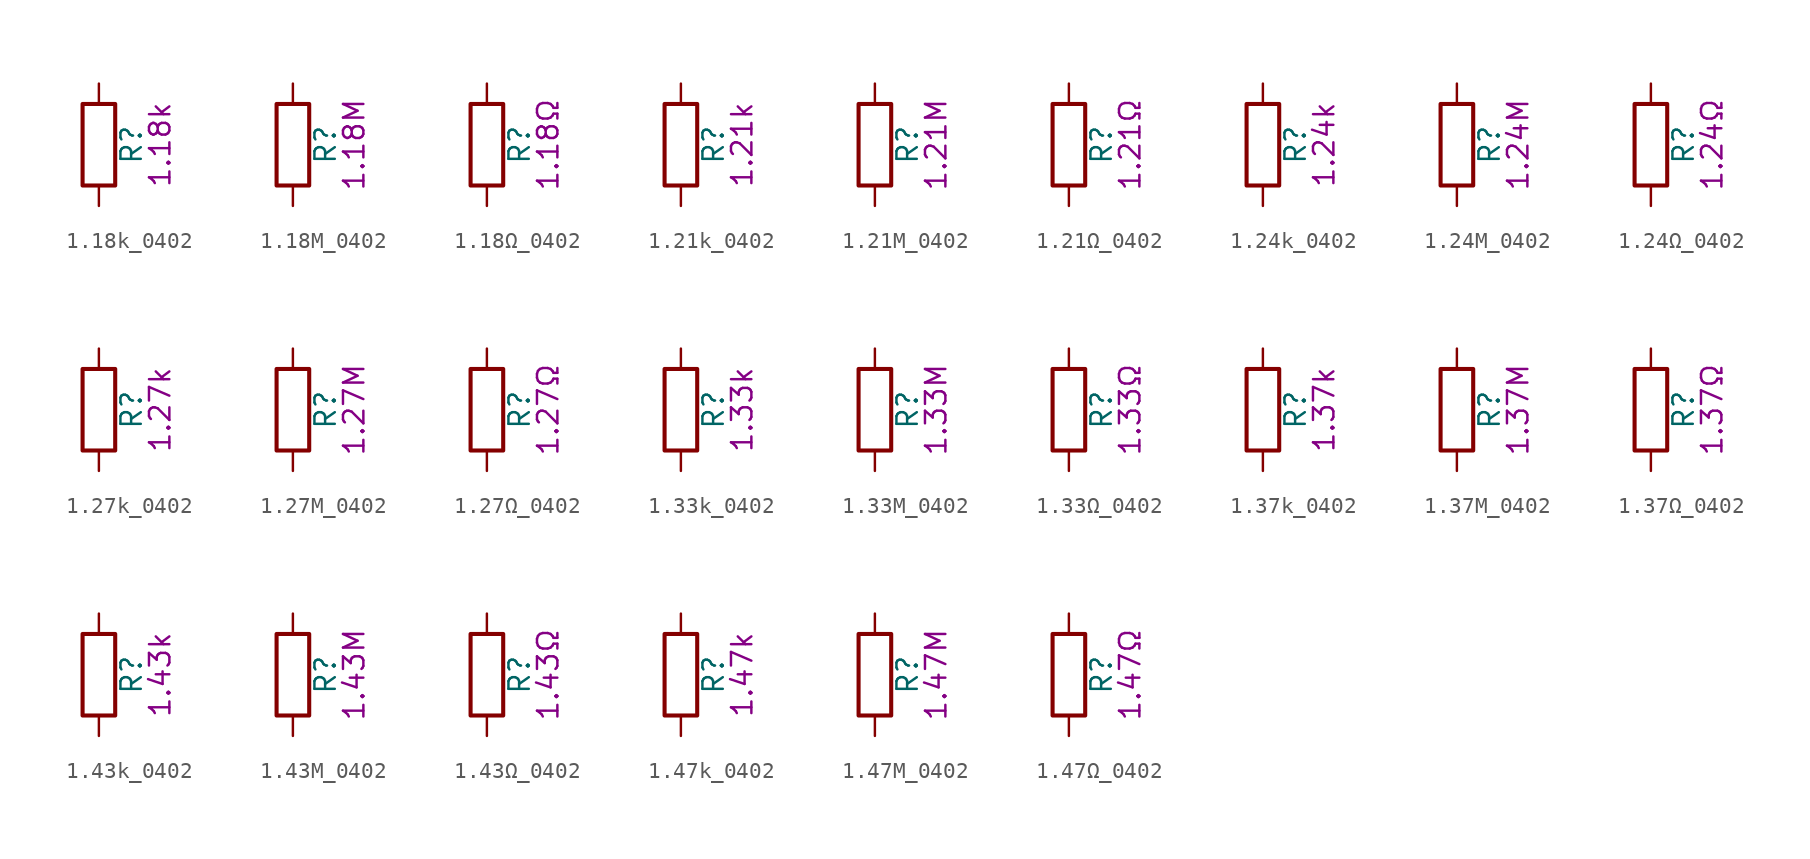
<source format=kicad_sym>
(kicad_symbol_lib
  (version 20211014)
  (generator kicad_symbol_editor)
  (symbol "1.18k_0402"
    (pin_numbers hide)
    (pin_names
      (offset 0))
    (property "Reference" "R"
      (at 2.032 0 90)
      (effects (font (size 1.27 1.27))))
    (property "Display" "1.18k"
      (at 3.81 0 90)
      (effects (font (size 1.27 1.27))))
    (symbol "1.18k_0402_0_1"
      (rectangle (start -1.016 -2.54) (end 1.016 2.54) (stroke (width 0.254) (type default) (color 0 0 0 0)) (fill (type none))))
    (symbol "1.18k_0402_1_1"
      (pin passive line (at 0 3.81 270) (length 1.27) (name "~" (effects (font (size 1.27 1.27)))) (number "1" (effects (font (size 1.27 1.27)))))
      (pin passive line (at 0 -3.81 90) (length 1.27) (name "~" (effects (font (size 1.27 1.27)))) (number "2" (effects (font (size 1.27 1.27)))))))
  (symbol "1.18M_0402"
    (pin_numbers hide)
    (pin_names
      (offset 0))
    (property "Reference" "R"
      (at 2.032 0 90)
      (effects (font (size 1.27 1.27))))
    (property "Display" "1.18M"
      (at 3.81 0 90)
      (effects (font (size 1.27 1.27))))
    (symbol "1.18M_0402_0_1"
      (rectangle (start -1.016 -2.54) (end 1.016 2.54) (stroke (width 0.254) (type default) (color 0 0 0 0)) (fill (type none))))
    (symbol "1.18M_0402_1_1"
      (pin passive line (at 0 3.81 270) (length 1.27) (name "~" (effects (font (size 1.27 1.27)))) (number "1" (effects (font (size 1.27 1.27)))))
      (pin passive line (at 0 -3.81 90) (length 1.27) (name "~" (effects (font (size 1.27 1.27)))) (number "2" (effects (font (size 1.27 1.27)))))))
  (symbol "1.18Ω_0402"
    (pin_numbers hide)
    (pin_names
      (offset 0))
    (property "Reference" "R"
      (at 2.032 0 90)
      (effects (font (size 1.27 1.27))))
    (property "Display" "1.18Ω"
      (at 3.81 0 90)
      (effects (font (size 1.27 1.27))))
    (symbol "1.18Ω_0402_0_1"
      (rectangle (start -1.016 -2.54) (end 1.016 2.54) (stroke (width 0.254) (type default) (color 0 0 0 0)) (fill (type none))))
    (symbol "1.18Ω_0402_1_1"
      (pin passive line (at 0 3.81 270) (length 1.27) (name "~" (effects (font (size 1.27 1.27)))) (number "1" (effects (font (size 1.27 1.27)))))
      (pin passive line (at 0 -3.81 90) (length 1.27) (name "~" (effects (font (size 1.27 1.27)))) (number "2" (effects (font (size 1.27 1.27)))))))
  (symbol "1.21k_0402"
    (pin_numbers hide)
    (pin_names
      (offset 0))
    (property "Reference" "R"
      (at 2.032 0 90)
      (effects (font (size 1.27 1.27))))
    (property "Display" "1.21k"
      (at 3.81 0 90)
      (effects (font (size 1.27 1.27))))
    (symbol "1.21k_0402_0_1"
      (rectangle (start -1.016 -2.54) (end 1.016 2.54) (stroke (width 0.254) (type default) (color 0 0 0 0)) (fill (type none))))
    (symbol "1.21k_0402_1_1"
      (pin passive line (at 0 3.81 270) (length 1.27) (name "~" (effects (font (size 1.27 1.27)))) (number "1" (effects (font (size 1.27 1.27)))))
      (pin passive line (at 0 -3.81 90) (length 1.27) (name "~" (effects (font (size 1.27 1.27)))) (number "2" (effects (font (size 1.27 1.27)))))))
  (symbol "1.21M_0402"
    (pin_numbers hide)
    (pin_names
      (offset 0))
    (property "Reference" "R"
      (at 2.032 0 90)
      (effects (font (size 1.27 1.27))))
    (property "Display" "1.21M"
      (at 3.81 0 90)
      (effects (font (size 1.27 1.27))))
    (symbol "1.21M_0402_0_1"
      (rectangle (start -1.016 -2.54) (end 1.016 2.54) (stroke (width 0.254) (type default) (color 0 0 0 0)) (fill (type none))))
    (symbol "1.21M_0402_1_1"
      (pin passive line (at 0 3.81 270) (length 1.27) (name "~" (effects (font (size 1.27 1.27)))) (number "1" (effects (font (size 1.27 1.27)))))
      (pin passive line (at 0 -3.81 90) (length 1.27) (name "~" (effects (font (size 1.27 1.27)))) (number "2" (effects (font (size 1.27 1.27)))))))
  (symbol "1.21Ω_0402"
    (pin_numbers hide)
    (pin_names
      (offset 0))
    (property "Reference" "R"
      (at 2.032 0 90)
      (effects (font (size 1.27 1.27))))
    (property "Display" "1.21Ω"
      (at 3.81 0 90)
      (effects (font (size 1.27 1.27))))
    (symbol "1.21Ω_0402_0_1"
      (rectangle (start -1.016 -2.54) (end 1.016 2.54) (stroke (width 0.254) (type default) (color 0 0 0 0)) (fill (type none))))
    (symbol "1.21Ω_0402_1_1"
      (pin passive line (at 0 3.81 270) (length 1.27) (name "~" (effects (font (size 1.27 1.27)))) (number "1" (effects (font (size 1.27 1.27)))))
      (pin passive line (at 0 -3.81 90) (length 1.27) (name "~" (effects (font (size 1.27 1.27)))) (number "2" (effects (font (size 1.27 1.27)))))))
  (symbol "1.24k_0402"
    (pin_numbers hide)
    (pin_names
      (offset 0))
    (property "Reference" "R"
      (at 2.032 0 90)
      (effects (font (size 1.27 1.27))))
    (property "Display" "1.24k"
      (at 3.81 0 90)
      (effects (font (size 1.27 1.27))))
    (symbol "1.24k_0402_0_1"
      (rectangle (start -1.016 -2.54) (end 1.016 2.54) (stroke (width 0.254) (type default) (color 0 0 0 0)) (fill (type none))))
    (symbol "1.24k_0402_1_1"
      (pin passive line (at 0 3.81 270) (length 1.27) (name "~" (effects (font (size 1.27 1.27)))) (number "1" (effects (font (size 1.27 1.27)))))
      (pin passive line (at 0 -3.81 90) (length 1.27) (name "~" (effects (font (size 1.27 1.27)))) (number "2" (effects (font (size 1.27 1.27)))))))
  (symbol "1.24M_0402"
    (pin_numbers hide)
    (pin_names
      (offset 0))
    (property "Reference" "R"
      (at 2.032 0 90)
      (effects (font (size 1.27 1.27))))
    (property "Display" "1.24M"
      (at 3.81 0 90)
      (effects (font (size 1.27 1.27))))
    (symbol "1.24M_0402_0_1"
      (rectangle (start -1.016 -2.54) (end 1.016 2.54) (stroke (width 0.254) (type default) (color 0 0 0 0)) (fill (type none))))
    (symbol "1.24M_0402_1_1"
      (pin passive line (at 0 3.81 270) (length 1.27) (name "~" (effects (font (size 1.27 1.27)))) (number "1" (effects (font (size 1.27 1.27)))))
      (pin passive line (at 0 -3.81 90) (length 1.27) (name "~" (effects (font (size 1.27 1.27)))) (number "2" (effects (font (size 1.27 1.27)))))))
  (symbol "1.24Ω_0402"
    (pin_numbers hide)
    (pin_names
      (offset 0))
    (property "Reference" "R"
      (at 2.032 0 90)
      (effects (font (size 1.27 1.27))))
    (property "Display" "1.24Ω"
      (at 3.81 0 90)
      (effects (font (size 1.27 1.27))))
    (symbol "1.24Ω_0402_0_1"
      (rectangle (start -1.016 -2.54) (end 1.016 2.54) (stroke (width 0.254) (type default) (color 0 0 0 0)) (fill (type none))))
    (symbol "1.24Ω_0402_1_1"
      (pin passive line (at 0 3.81 270) (length 1.27) (name "~" (effects (font (size 1.27 1.27)))) (number "1" (effects (font (size 1.27 1.27)))))
      (pin passive line (at 0 -3.81 90) (length 1.27) (name "~" (effects (font (size 1.27 1.27)))) (number "2" (effects (font (size 1.27 1.27)))))))
  (symbol "1.27k_0402"
    (pin_numbers hide)
    (pin_names
      (offset 0))
    (property "Reference" "R"
      (at 2.032 0 90)
      (effects (font (size 1.27 1.27))))
    (property "Display" "1.27k"
      (at 3.81 0 90)
      (effects (font (size 1.27 1.27))))
    (symbol "1.27k_0402_0_1"
      (rectangle (start -1.016 -2.54) (end 1.016 2.54) (stroke (width 0.254) (type default) (color 0 0 0 0)) (fill (type none))))
    (symbol "1.27k_0402_1_1"
      (pin passive line (at 0 3.81 270) (length 1.27) (name "~" (effects (font (size 1.27 1.27)))) (number "1" (effects (font (size 1.27 1.27)))))
      (pin passive line (at 0 -3.81 90) (length 1.27) (name "~" (effects (font (size 1.27 1.27)))) (number "2" (effects (font (size 1.27 1.27)))))))
  (symbol "1.27M_0402"
    (pin_numbers hide)
    (pin_names
      (offset 0))
    (property "Reference" "R"
      (at 2.032 0 90)
      (effects (font (size 1.27 1.27))))
    (property "Display" "1.27M"
      (at 3.81 0 90)
      (effects (font (size 1.27 1.27))))
    (symbol "1.27M_0402_0_1"
      (rectangle (start -1.016 -2.54) (end 1.016 2.54) (stroke (width 0.254) (type default) (color 0 0 0 0)) (fill (type none))))
    (symbol "1.27M_0402_1_1"
      (pin passive line (at 0 3.81 270) (length 1.27) (name "~" (effects (font (size 1.27 1.27)))) (number "1" (effects (font (size 1.27 1.27)))))
      (pin passive line (at 0 -3.81 90) (length 1.27) (name "~" (effects (font (size 1.27 1.27)))) (number "2" (effects (font (size 1.27 1.27)))))))
  (symbol "1.27Ω_0402"
    (pin_numbers hide)
    (pin_names
      (offset 0))
    (property "Reference" "R"
      (at 2.032 0 90)
      (effects (font (size 1.27 1.27))))
    (property "Display" "1.27Ω"
      (at 3.81 0 90)
      (effects (font (size 1.27 1.27))))
    (symbol "1.27Ω_0402_0_1"
      (rectangle (start -1.016 -2.54) (end 1.016 2.54) (stroke (width 0.254) (type default) (color 0 0 0 0)) (fill (type none))))
    (symbol "1.27Ω_0402_1_1"
      (pin passive line (at 0 3.81 270) (length 1.27) (name "~" (effects (font (size 1.27 1.27)))) (number "1" (effects (font (size 1.27 1.27)))))
      (pin passive line (at 0 -3.81 90) (length 1.27) (name "~" (effects (font (size 1.27 1.27)))) (number "2" (effects (font (size 1.27 1.27)))))))
  (symbol "1.33k_0402"
    (pin_numbers hide)
    (pin_names
      (offset 0))
    (property "Reference" "R"
      (at 2.032 0 90)
      (effects (font (size 1.27 1.27))))
    (property "Display" "1.33k"
      (at 3.81 0 90)
      (effects (font (size 1.27 1.27))))
    (symbol "1.33k_0402_0_1"
      (rectangle (start -1.016 -2.54) (end 1.016 2.54) (stroke (width 0.254) (type default) (color 0 0 0 0)) (fill (type none))))
    (symbol "1.33k_0402_1_1"
      (pin passive line (at 0 3.81 270) (length 1.27) (name "~" (effects (font (size 1.27 1.27)))) (number "1" (effects (font (size 1.27 1.27)))))
      (pin passive line (at 0 -3.81 90) (length 1.27) (name "~" (effects (font (size 1.27 1.27)))) (number "2" (effects (font (size 1.27 1.27)))))))
  (symbol "1.33M_0402"
    (pin_numbers hide)
    (pin_names
      (offset 0))
    (property "Reference" "R"
      (at 2.032 0 90)
      (effects (font (size 1.27 1.27))))
    (property "Display" "1.33M"
      (at 3.81 0 90)
      (effects (font (size 1.27 1.27))))
    (symbol "1.33M_0402_0_1"
      (rectangle (start -1.016 -2.54) (end 1.016 2.54) (stroke (width 0.254) (type default) (color 0 0 0 0)) (fill (type none))))
    (symbol "1.33M_0402_1_1"
      (pin passive line (at 0 3.81 270) (length 1.27) (name "~" (effects (font (size 1.27 1.27)))) (number "1" (effects (font (size 1.27 1.27)))))
      (pin passive line (at 0 -3.81 90) (length 1.27) (name "~" (effects (font (size 1.27 1.27)))) (number "2" (effects (font (size 1.27 1.27)))))))
  (symbol "1.33Ω_0402"
    (pin_numbers hide)
    (pin_names
      (offset 0))
    (property "Reference" "R"
      (at 2.032 0 90)
      (effects (font (size 1.27 1.27))))
    (property "Display" "1.33Ω"
      (at 3.81 0 90)
      (effects (font (size 1.27 1.27))))
    (symbol "1.33Ω_0402_0_1"
      (rectangle (start -1.016 -2.54) (end 1.016 2.54) (stroke (width 0.254) (type default) (color 0 0 0 0)) (fill (type none))))
    (symbol "1.33Ω_0402_1_1"
      (pin passive line (at 0 3.81 270) (length 1.27) (name "~" (effects (font (size 1.27 1.27)))) (number "1" (effects (font (size 1.27 1.27)))))
      (pin passive line (at 0 -3.81 90) (length 1.27) (name "~" (effects (font (size 1.27 1.27)))) (number "2" (effects (font (size 1.27 1.27)))))))
  (symbol "1.37k_0402"
    (pin_numbers hide)
    (pin_names
      (offset 0))
    (property "Reference" "R"
      (at 2.032 0 90)
      (effects (font (size 1.27 1.27))))
    (property "Display" "1.37k"
      (at 3.81 0 90)
      (effects (font (size 1.27 1.27))))
    (symbol "1.37k_0402_0_1"
      (rectangle (start -1.016 -2.54) (end 1.016 2.54) (stroke (width 0.254) (type default) (color 0 0 0 0)) (fill (type none))))
    (symbol "1.37k_0402_1_1"
      (pin passive line (at 0 3.81 270) (length 1.27) (name "~" (effects (font (size 1.27 1.27)))) (number "1" (effects (font (size 1.27 1.27)))))
      (pin passive line (at 0 -3.81 90) (length 1.27) (name "~" (effects (font (size 1.27 1.27)))) (number "2" (effects (font (size 1.27 1.27)))))))
  (symbol "1.37M_0402"
    (pin_numbers hide)
    (pin_names
      (offset 0))
    (property "Reference" "R"
      (at 2.032 0 90)
      (effects (font (size 1.27 1.27))))
    (property "Display" "1.37M"
      (at 3.81 0 90)
      (effects (font (size 1.27 1.27))))
    (symbol "1.37M_0402_0_1"
      (rectangle (start -1.016 -2.54) (end 1.016 2.54) (stroke (width 0.254) (type default) (color 0 0 0 0)) (fill (type none))))
    (symbol "1.37M_0402_1_1"
      (pin passive line (at 0 3.81 270) (length 1.27) (name "~" (effects (font (size 1.27 1.27)))) (number "1" (effects (font (size 1.27 1.27)))))
      (pin passive line (at 0 -3.81 90) (length 1.27) (name "~" (effects (font (size 1.27 1.27)))) (number "2" (effects (font (size 1.27 1.27)))))))
  (symbol "1.37Ω_0402"
    (pin_numbers hide)
    (pin_names
      (offset 0))
    (property "Reference" "R"
      (at 2.032 0 90)
      (effects (font (size 1.27 1.27))))
    (property "Display" "1.37Ω"
      (at 3.81 0 90)
      (effects (font (size 1.27 1.27))))
    (symbol "1.37Ω_0402_0_1"
      (rectangle (start -1.016 -2.54) (end 1.016 2.54) (stroke (width 0.254) (type default) (color 0 0 0 0)) (fill (type none))))
    (symbol "1.37Ω_0402_1_1"
      (pin passive line (at 0 3.81 270) (length 1.27) (name "~" (effects (font (size 1.27 1.27)))) (number "1" (effects (font (size 1.27 1.27)))))
      (pin passive line (at 0 -3.81 90) (length 1.27) (name "~" (effects (font (size 1.27 1.27)))) (number "2" (effects (font (size 1.27 1.27)))))))
  (symbol "1.43k_0402"
    (pin_numbers hide)
    (pin_names
      (offset 0))
    (property "Reference" "R"
      (at 2.032 0 90)
      (effects (font (size 1.27 1.27))))
    (property "Display" "1.43k"
      (at 3.81 0 90)
      (effects (font (size 1.27 1.27))))
    (symbol "1.43k_0402_0_1"
      (rectangle (start -1.016 -2.54) (end 1.016 2.54) (stroke (width 0.254) (type default) (color 0 0 0 0)) (fill (type none))))
    (symbol "1.43k_0402_1_1"
      (pin passive line (at 0 3.81 270) (length 1.27) (name "~" (effects (font (size 1.27 1.27)))) (number "1" (effects (font (size 1.27 1.27)))))
      (pin passive line (at 0 -3.81 90) (length 1.27) (name "~" (effects (font (size 1.27 1.27)))) (number "2" (effects (font (size 1.27 1.27)))))))
  (symbol "1.43M_0402"
    (pin_numbers hide)
    (pin_names
      (offset 0))
    (property "Reference" "R"
      (at 2.032 0 90)
      (effects (font (size 1.27 1.27))))
    (property "Display" "1.43M"
      (at 3.81 0 90)
      (effects (font (size 1.27 1.27))))
    (symbol "1.43M_0402_0_1"
      (rectangle (start -1.016 -2.54) (end 1.016 2.54) (stroke (width 0.254) (type default) (color 0 0 0 0)) (fill (type none))))
    (symbol "1.43M_0402_1_1"
      (pin passive line (at 0 3.81 270) (length 1.27) (name "~" (effects (font (size 1.27 1.27)))) (number "1" (effects (font (size 1.27 1.27)))))
      (pin passive line (at 0 -3.81 90) (length 1.27) (name "~" (effects (font (size 1.27 1.27)))) (number "2" (effects (font (size 1.27 1.27)))))))
  (symbol "1.43Ω_0402"
    (pin_numbers hide)
    (pin_names
      (offset 0))
    (property "Reference" "R"
      (at 2.032 0 90)
      (effects (font (size 1.27 1.27))))
    (property "Display" "1.43Ω"
      (at 3.81 0 90)
      (effects (font (size 1.27 1.27))))
    (symbol "1.43Ω_0402_0_1"
      (rectangle (start -1.016 -2.54) (end 1.016 2.54) (stroke (width 0.254) (type default) (color 0 0 0 0)) (fill (type none))))
    (symbol "1.43Ω_0402_1_1"
      (pin passive line (at 0 3.81 270) (length 1.27) (name "~" (effects (font (size 1.27 1.27)))) (number "1" (effects (font (size 1.27 1.27)))))
      (pin passive line (at 0 -3.81 90) (length 1.27) (name "~" (effects (font (size 1.27 1.27)))) (number "2" (effects (font (size 1.27 1.27)))))))
  (symbol "1.47k_0402"
    (pin_numbers hide)
    (pin_names
      (offset 0))
    (property "Reference" "R"
      (at 2.032 0 90)
      (effects (font (size 1.27 1.27))))
    (property "Display" "1.47k"
      (at 3.81 0 90)
      (effects (font (size 1.27 1.27))))
    (symbol "1.47k_0402_0_1"
      (rectangle (start -1.016 -2.54) (end 1.016 2.54) (stroke (width 0.254) (type default) (color 0 0 0 0)) (fill (type none))))
    (symbol "1.47k_0402_1_1"
      (pin passive line (at 0 3.81 270) (length 1.27) (name "~" (effects (font (size 1.27 1.27)))) (number "1" (effects (font (size 1.27 1.27)))))
      (pin passive line (at 0 -3.81 90) (length 1.27) (name "~" (effects (font (size 1.27 1.27)))) (number "2" (effects (font (size 1.27 1.27)))))))
  (symbol "1.47M_0402"
    (pin_numbers hide)
    (pin_names
      (offset 0))
    (property "Reference" "R"
      (at 2.032 0 90)
      (effects (font (size 1.27 1.27))))
    (property "Display" "1.47M"
      (at 3.81 0 90)
      (effects (font (size 1.27 1.27))))
    (symbol "1.47M_0402_0_1"
      (rectangle (start -1.016 -2.54) (end 1.016 2.54) (stroke (width 0.254) (type default) (color 0 0 0 0)) (fill (type none))))
    (symbol "1.47M_0402_1_1"
      (pin passive line (at 0 3.81 270) (length 1.27) (name "~" (effects (font (size 1.27 1.27)))) (number "1" (effects (font (size 1.27 1.27)))))
      (pin passive line (at 0 -3.81 90) (length 1.27) (name "~" (effects (font (size 1.27 1.27)))) (number "2" (effects (font (size 1.27 1.27)))))))
  (symbol "1.47Ω_0402"
    (pin_numbers hide)
    (pin_names
      (offset 0))
    (property "Reference" "R"
      (at 2.032 0 90)
      (effects (font (size 1.27 1.27))))
    (property "Display" "1.47Ω"
      (at 3.81 0 90)
      (effects (font (size 1.27 1.27))))
    (symbol "1.47Ω_0402_0_1"
      (rectangle (start -1.016 -2.54) (end 1.016 2.54) (stroke (width 0.254) (type default) (color 0 0 0 0)) (fill (type none))))
    (symbol "1.47Ω_0402_1_1"
      (pin passive line (at 0 3.81 270) (length 1.27) (name "~" (effects (font (size 1.27 1.27)))) (number "1" (effects (font (size 1.27 1.27)))))
      (pin passive line (at 0 -3.81 90) (length 1.27) (name "~" (effects (font (size 1.27 1.27)))) (number "2" (effects (font (size 1.27 1.27))))))))
</source>
